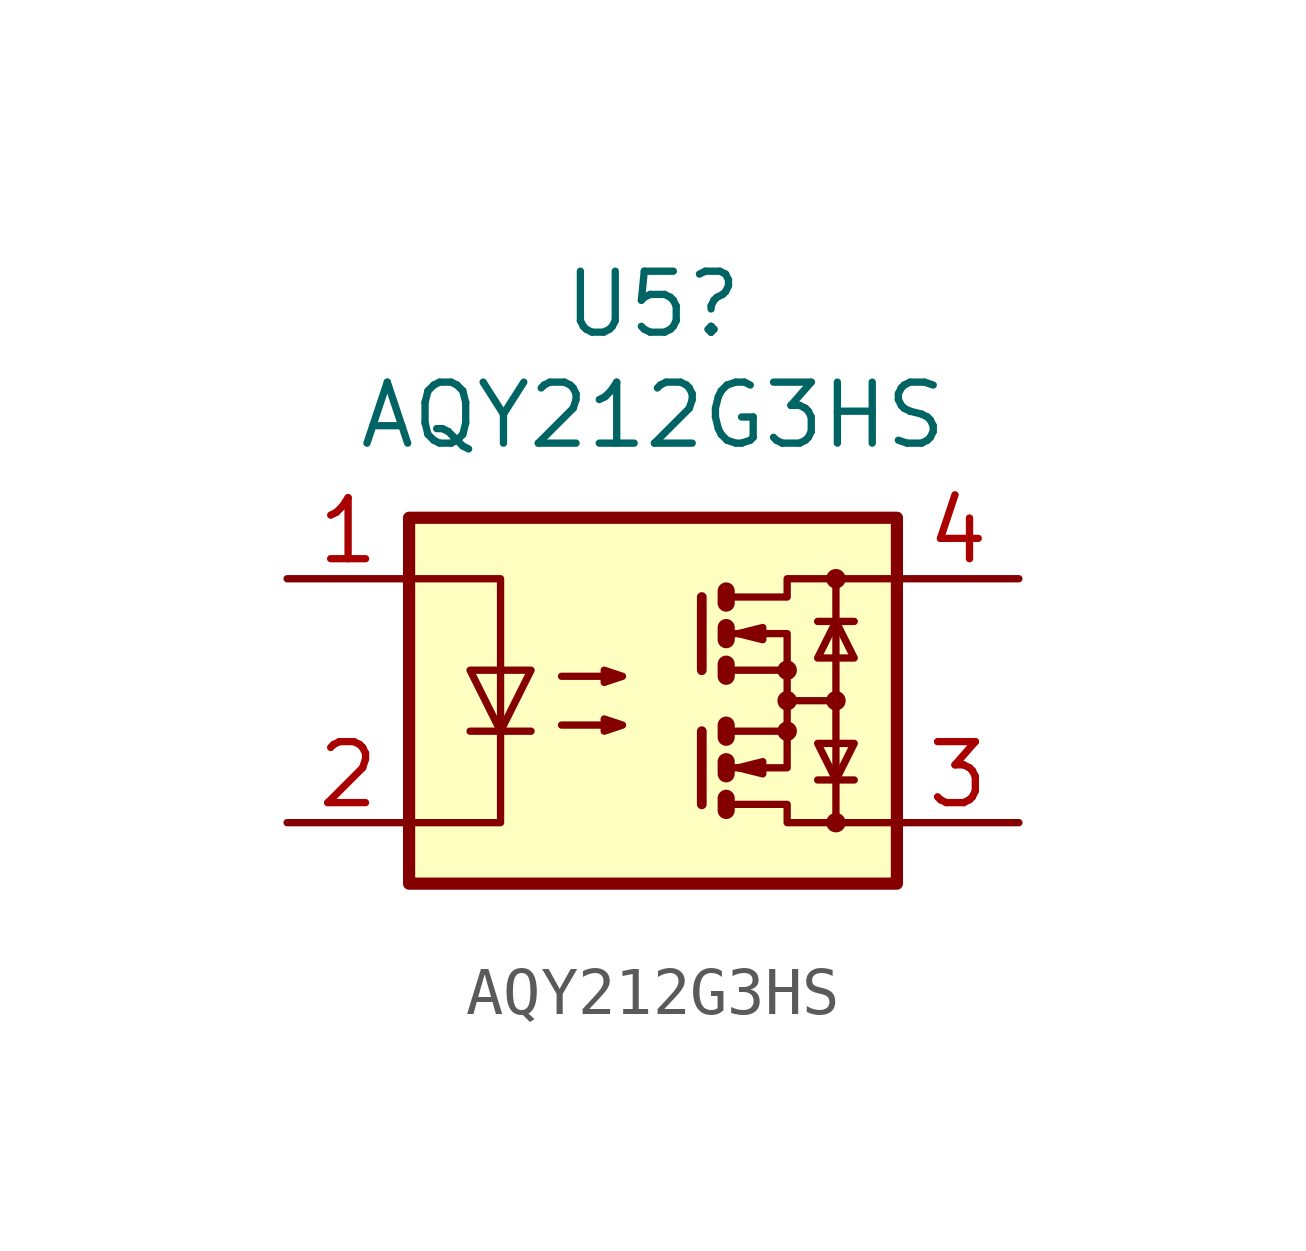
<source format=kicad_sym>
(kicad_symbol_lib
  (version 20241209)
  (generator "kicad_symbol_editor")
  (generator_version "9.0")
  (symbol "AQY212G3HS"
    (property "Reference" "U5"
      (at 0 8.255 0)
      (effects (font (size 1.27 1.27))))
    (property "Value" "AQY212G3HS"
      (at 0 5.944 0)
      (effects (font (size 1.27 1.27))))
    (symbol "AQY212G3HS_0_1"
      (rectangle (start -5.08 3.81) (end 5.08 -3.81) (stroke (width 0.254) (type default)) (fill (type background)))
      (polyline (pts (xy -5.08 2.54) (xy -3.175 2.54) (xy -3.175 -2.54) (xy -5.08 -2.54)) (stroke (width 0) (type default)) (fill (type none)))
      (polyline (pts (xy -3.81 -0.635) (xy -2.54 -0.635)) (stroke (width 0) (type default)) (fill (type none)))
      (polyline (pts (xy -3.175 -0.635) (xy -3.81 0.635) (xy -2.54 0.635) (xy -3.175 -0.635)) (stroke (width 0) (type default)) (fill (type none)))
      (polyline (pts (xy -1.905 0.508) (xy -0.635 0.508) (xy -1.016 0.381) (xy -1.016 0.635) (xy -0.635 0.508)) (stroke (width 0) (type default)) (fill (type none)))
      (polyline (pts (xy -1.905 -0.508) (xy -0.635 -0.508) (xy -1.016 -0.635) (xy -1.016 -0.381) (xy -0.635 -0.508)) (stroke (width 0) (type default)) (fill (type none)))
      (polyline (pts (xy 1.016 2.159) (xy 1.016 0.635)) (stroke (width 0.203) (type default)) (fill (type none)))
      (polyline (pts (xy 1.016 -0.635) (xy 1.016 -2.159)) (stroke (width 0.203) (type default)) (fill (type none)))
      (polyline (pts (xy 1.524 2.286) (xy 1.524 2.032) (xy 1.524 2.032)) (stroke (width 0.356) (type default)) (fill (type none)))
      (polyline (pts (xy 1.524 1.524) (xy 1.524 1.27) (xy 1.524 1.27)) (stroke (width 0.356) (type default)) (fill (type none)))
      (polyline (pts (xy 1.524 0.762) (xy 1.524 0.508) (xy 1.524 0.508)) (stroke (width 0.356) (type default)) (fill (type none)))
      (polyline (pts (xy 1.524 -0.508) (xy 1.524 -0.762)) (stroke (width 0.356) (type default)) (fill (type none)))
      (polyline (pts (xy 1.524 -1.27) (xy 1.524 -1.524) (xy 1.524 -1.524)) (stroke (width 0.356) (type default)) (fill (type none)))
      (polyline (pts (xy 1.524 -2.032) (xy 1.524 -2.286) (xy 1.524 -2.286)) (stroke (width 0.356) (type default)) (fill (type none)))
      (polyline (pts (xy 1.651 2.159) (xy 2.794 2.159) (xy 2.794 2.54) (xy 5.08 2.54)) (stroke (width 0) (type default)) (fill (type none)))
      (polyline (pts (xy 1.651 1.397) (xy 2.794 1.397) (xy 2.794 0.635)) (stroke (width 0) (type default)) (fill (type none)))
      (polyline (pts (xy 1.651 -0.635) (xy 2.794 -0.635) (xy 2.794 0.635) (xy 1.651 0.635)) (stroke (width 0) (type default)) (fill (type none)))
      (polyline (pts (xy 1.651 -1.397) (xy 2.794 -1.397) (xy 2.794 -0.635)) (stroke (width 0) (type default)) (fill (type none)))
      (polyline (pts (xy 1.651 -2.159) (xy 2.794 -2.159) (xy 2.794 -2.54) (xy 5.08 -2.54)) (stroke (width 0) (type default)) (fill (type none)))
      (polyline (pts (xy 1.778 1.397) (xy 2.286 1.524) (xy 2.286 1.27) (xy 1.778 1.397)) (stroke (width 0) (type default)) (fill (type none)))
      (polyline (pts (xy 1.778 -1.397) (xy 2.286 -1.27) (xy 2.286 -1.524) (xy 1.778 -1.397)) (stroke (width 0) (type default)) (fill (type none)))
      (circle (center 2.794 0.635) (radius 0.127) (stroke (width 0) (type default)) (fill (type none)))
      (polyline (pts (xy 2.794 0) (xy 3.81 0)) (stroke (width 0) (type default)) (fill (type none)))
      (circle (center 2.794 0) (radius 0.127) (stroke (width 0) (type default)) (fill (type none)))
      (circle (center 2.794 -0.635) (radius 0.127) (stroke (width 0) (type default)) (fill (type none)))
      (polyline (pts (xy 3.429 1.651) (xy 4.191 1.651)) (stroke (width 0) (type default)) (fill (type none)))
      (polyline (pts (xy 3.429 -1.651) (xy 4.191 -1.651)) (stroke (width 0) (type default)) (fill (type none)))
      (circle (center 3.81 2.54) (radius 0.127) (stroke (width 0) (type default)) (fill (type none)))
      (polyline (pts (xy 3.81 1.651) (xy 3.429 0.889) (xy 4.191 0.889) (xy 3.81 1.651)) (stroke (width 0) (type default)) (fill (type none)))
      (circle (center 3.81 0) (radius 0.127) (stroke (width 0) (type default)) (fill (type none)))
      (polyline (pts (xy 3.81 -1.651) (xy 3.429 -0.889) (xy 4.191 -0.889) (xy 3.81 -1.651)) (stroke (width 0) (type default)) (fill (type none)))
      (polyline (pts (xy 3.81 -2.54) (xy 3.81 2.54)) (stroke (width 0) (type default)) (fill (type none)))
      (circle (center 3.81 -2.54) (radius 0.127) (stroke (width 0) (type default)) (fill (type none))))
    (symbol "AQY212G3HS_1_1"
      (pin passive line (at -7.62 2.54 0) (length 2.54) (name "~" (effects (font (size 1.27 1.27)))) (number "1" (effects (font (size 1.27 1.27)))))
      (pin passive line (at -7.62 -2.54 0) (length 2.54) (name "~" (effects (font (size 1.27 1.27)))) (number "2" (effects (font (size 1.27 1.27)))))
      (pin passive line (at 7.62 2.54 180) (length 2.54) (name "~" (effects (font (size 1.27 1.27)))) (number "4" (effects (font (size 1.27 1.27)))))
      (pin passive line (at 7.62 -2.54 180) (length 2.54) (name "~" (effects (font (size 1.27 1.27)))) (number "3" (effects (font (size 1.27 1.27))))))))
</source>
